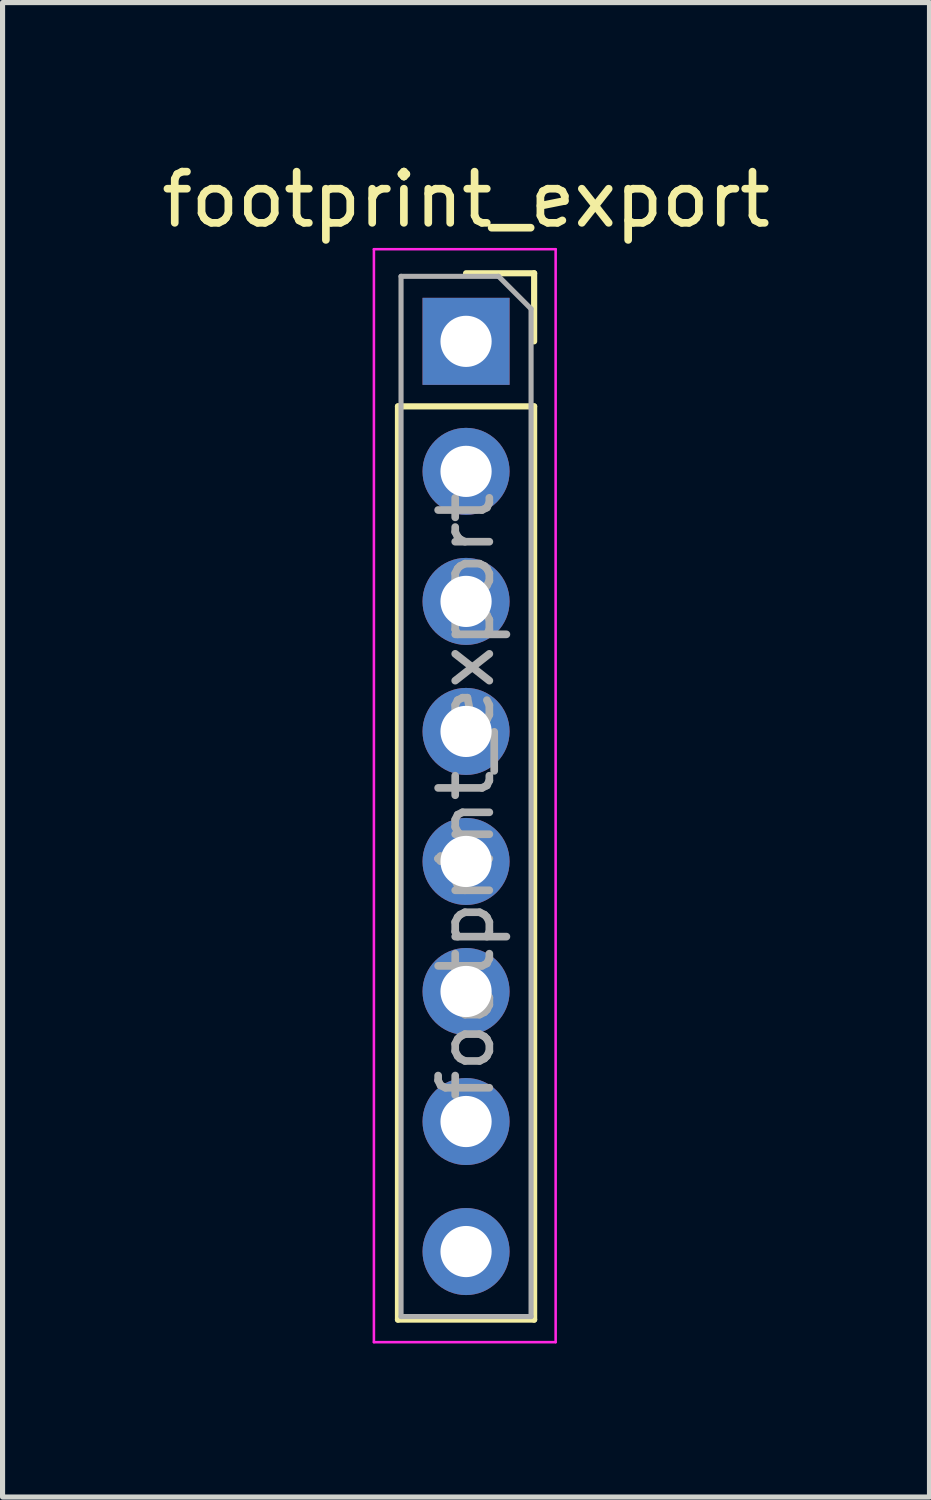
<source format=kicad_pcb>
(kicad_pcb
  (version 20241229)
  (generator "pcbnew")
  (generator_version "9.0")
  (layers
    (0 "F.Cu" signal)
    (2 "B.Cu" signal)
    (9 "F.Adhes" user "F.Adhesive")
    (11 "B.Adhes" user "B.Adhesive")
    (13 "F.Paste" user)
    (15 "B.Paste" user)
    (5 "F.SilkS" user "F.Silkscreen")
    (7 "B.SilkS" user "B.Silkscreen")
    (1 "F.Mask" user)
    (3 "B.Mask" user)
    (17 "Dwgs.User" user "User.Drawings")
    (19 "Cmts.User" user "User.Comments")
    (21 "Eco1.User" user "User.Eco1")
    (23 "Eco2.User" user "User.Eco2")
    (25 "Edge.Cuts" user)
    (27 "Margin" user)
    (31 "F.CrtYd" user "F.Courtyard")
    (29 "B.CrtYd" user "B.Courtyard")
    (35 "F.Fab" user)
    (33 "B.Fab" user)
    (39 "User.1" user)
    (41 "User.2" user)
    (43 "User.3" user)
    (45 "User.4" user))
  (footprint "footprint_export"
    (layer "F.Cu")
    (at 6.054 3.618)
    (property "Reference" "footprint_export" (at 0 -2.77 0) (layer "F.SilkS") (effects (font (size 1 1) (thickness 0.15))))
    (attr through_hole)
    (fp_line (start -1.33 1.27) (end -1.33 19.11) (stroke (width 0.12) (type solid)) (layer "F.SilkS"))
    (fp_line (start -1.33 1.27) (end 1.33 1.27) (stroke (width 0.12) (type solid)) (layer "F.SilkS"))
    (fp_line (start -1.33 19.11) (end 1.33 19.11) (stroke (width 0.12) (type solid)) (layer "F.SilkS"))
    (fp_line (start 0 -1.33) (end 1.33 -1.33) (stroke (width 0.12) (type solid)) (layer "F.SilkS"))
    (fp_line (start 1.33 -1.33) (end 1.33 0) (stroke (width 0.12) (type solid)) (layer "F.SilkS"))
    (fp_line (start 1.33 1.27) (end 1.33 19.11) (stroke (width 0.12) (type solid)) (layer "F.SilkS"))
    (fp_line (start -1.8 -1.8) (end 1.75 -1.8) (stroke (width 0.05) (type solid)) (layer "F.CrtYd"))
    (fp_line (start -1.8 19.55) (end -1.8 -1.8) (stroke (width 0.05) (type solid)) (layer "F.CrtYd"))
    (fp_line (start 1.75 -1.8) (end 1.75 19.55) (stroke (width 0.05) (type solid)) (layer "F.CrtYd"))
    (fp_line (start 1.75 19.55) (end -1.8 19.55) (stroke (width 0.05) (type solid)) (layer "F.CrtYd"))
    (fp_line (start -1.27 -1.27) (end 0.635 -1.27) (stroke (width 0.1) (type solid)) (layer "F.Fab"))
    (fp_line (start -1.27 19.05) (end -1.27 -1.27) (stroke (width 0.1) (type solid)) (layer "F.Fab"))
    (fp_line (start 0.635 -1.27) (end 1.27 -0.635) (stroke (width 0.1) (type solid)) (layer "F.Fab"))
    (fp_line (start 1.27 -0.635) (end 1.27 19.05) (stroke (width 0.1) (type solid)) (layer "F.Fab"))
    (fp_line (start 1.27 19.05) (end -1.27 19.05) (stroke (width 0.1) (type solid)) (layer "F.Fab"))
    (fp_text user "${REFERENCE}" (at 0 8.89 90) (layer "F.Fab") (effects (font (size 1 1) (thickness 0.15))))
    (pad "1" thru_hole rect (at 0 0) (size 1.7 1.7) (drill 1) (layers "*.Cu" "*.Mask"))
    (pad "2" thru_hole oval (at 0 2.54) (size 1.7 1.7) (drill 1) (layers "*.Cu" "*.Mask"))
    (pad "3" thru_hole oval (at 0 5.08) (size 1.7 1.7) (drill 1) (layers "*.Cu" "*.Mask"))
    (pad "4" thru_hole oval (at 0 7.62) (size 1.7 1.7) (drill 1) (layers "*.Cu" "*.Mask"))
    (pad "5" thru_hole oval (at 0 10.16) (size 1.7 1.7) (drill 1) (layers "*.Cu" "*.Mask"))
    (pad "6" thru_hole oval (at 0 12.7) (size 1.7 1.7) (drill 1) (layers "*.Cu" "*.Mask"))
    (pad "7" thru_hole oval (at 0 15.24) (size 1.7 1.7) (drill 1) (layers "*.Cu" "*.Mask"))
    (pad "8" thru_hole oval (at 0 17.78) (size 1.7 1.7) (drill 1) (layers "*.Cu" "*.Mask")))
  (gr_rect
    (start -3 -3)
    (end 15.107 26.193)
    (stroke (width 0.1) (type default))
    (fill no)
    (layer "Edge.Cuts")))
</source>
